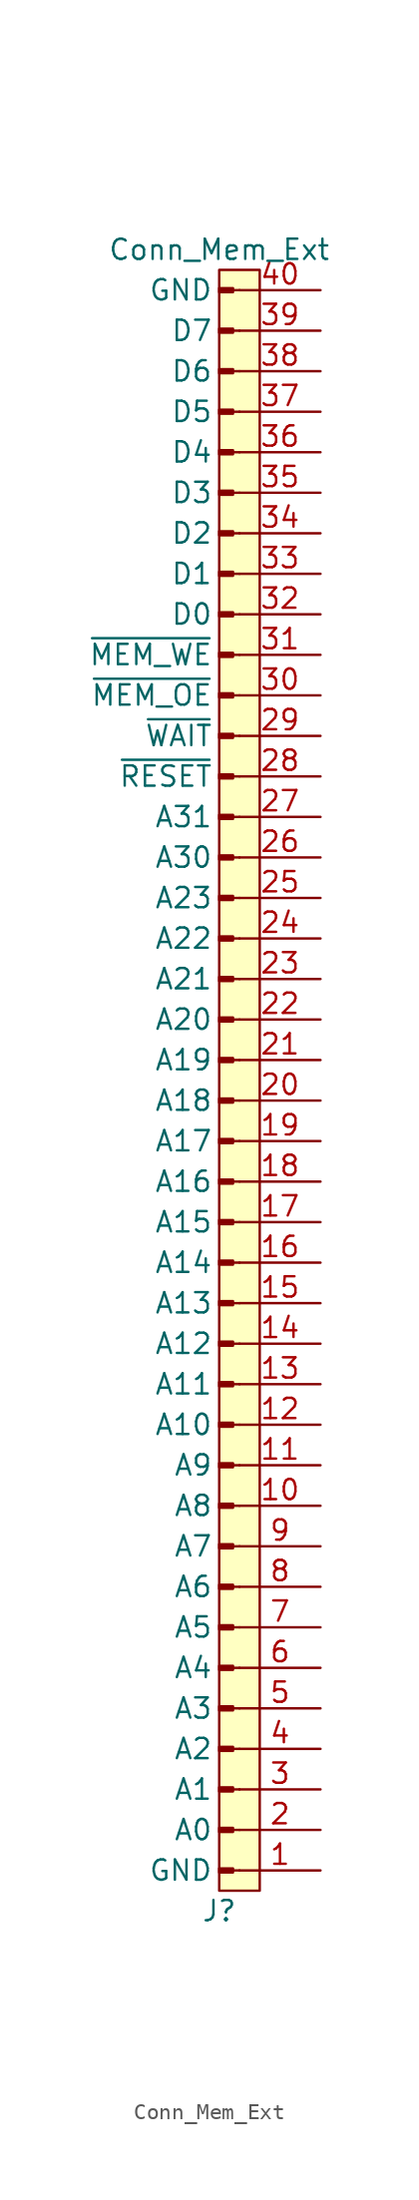
<source format=kicad_sym>
(kicad_symbol_lib
  (version 20211014)
  (generator kicad_symbol_editor)
  (symbol "Conn_Mem_Ext"
    (pin_names
      (offset 1.651))
    (property "Reference" "J"
      (at 0 -53.34 0)
      (effects (font (size 1.27 1.27))))
    (property "Value" "Conn_Mem_Ext"
      (at 0 50.8 0)
      (effects (font (size 1.27 1.27))))
    (symbol "Conn_Mem_Ext_0_1"
      (rectangle (start 0 -52.07) (end 2.54 49.53) (stroke (width 0) (type default) (color 0 0 0 0)) (fill (type background))))
    (symbol "Conn_Mem_Ext_1_1"
      (polyline (pts (xy 1.27 -50.8) (xy 0.864 -50.8)) (stroke (width 0.152) (type default) (color 0 0 0 0)) (fill (type none)))
      (polyline (pts (xy 1.27 -48.26) (xy 0.864 -48.26)) (stroke (width 0.152) (type default) (color 0 0 0 0)) (fill (type none)))
      (polyline (pts (xy 1.27 -45.72) (xy 0.864 -45.72)) (stroke (width 0.152) (type default) (color 0 0 0 0)) (fill (type none)))
      (polyline (pts (xy 1.27 -43.18) (xy 0.864 -43.18)) (stroke (width 0.152) (type default) (color 0 0 0 0)) (fill (type none)))
      (polyline (pts (xy 1.27 -40.64) (xy 0.864 -40.64)) (stroke (width 0.152) (type default) (color 0 0 0 0)) (fill (type none)))
      (polyline (pts (xy 1.27 -38.1) (xy 0.864 -38.1)) (stroke (width 0.152) (type default) (color 0 0 0 0)) (fill (type none)))
      (polyline (pts (xy 1.27 -35.56) (xy 0.864 -35.56)) (stroke (width 0.152) (type default) (color 0 0 0 0)) (fill (type none)))
      (polyline (pts (xy 1.27 -33.02) (xy 0.864 -33.02)) (stroke (width 0.152) (type default) (color 0 0 0 0)) (fill (type none)))
      (polyline (pts (xy 1.27 -30.48) (xy 0.864 -30.48)) (stroke (width 0.152) (type default) (color 0 0 0 0)) (fill (type none)))
      (polyline (pts (xy 1.27 -27.94) (xy 0.864 -27.94)) (stroke (width 0.152) (type default) (color 0 0 0 0)) (fill (type none)))
      (polyline (pts (xy 1.27 -25.4) (xy 0.864 -25.4)) (stroke (width 0.152) (type default) (color 0 0 0 0)) (fill (type none)))
      (polyline (pts (xy 1.27 -22.86) (xy 0.864 -22.86)) (stroke (width 0.152) (type default) (color 0 0 0 0)) (fill (type none)))
      (polyline (pts (xy 1.27 -20.32) (xy 0.864 -20.32)) (stroke (width 0.152) (type default) (color 0 0 0 0)) (fill (type none)))
      (polyline (pts (xy 1.27 -17.78) (xy 0.864 -17.78)) (stroke (width 0.152) (type default) (color 0 0 0 0)) (fill (type none)))
      (polyline (pts (xy 1.27 -15.24) (xy 0.864 -15.24)) (stroke (width 0.152) (type default) (color 0 0 0 0)) (fill (type none)))
      (polyline (pts (xy 1.27 -12.7) (xy 0.864 -12.7)) (stroke (width 0.152) (type default) (color 0 0 0 0)) (fill (type none)))
      (polyline (pts (xy 1.27 -10.16) (xy 0.864 -10.16)) (stroke (width 0.152) (type default) (color 0 0 0 0)) (fill (type none)))
      (polyline (pts (xy 1.27 -7.62) (xy 0.864 -7.62)) (stroke (width 0.152) (type default) (color 0 0 0 0)) (fill (type none)))
      (polyline (pts (xy 1.27 -5.08) (xy 0.864 -5.08)) (stroke (width 0.152) (type default) (color 0 0 0 0)) (fill (type none)))
      (polyline (pts (xy 1.27 -2.54) (xy 0.864 -2.54)) (stroke (width 0.152) (type default) (color 0 0 0 0)) (fill (type none)))
      (polyline (pts (xy 1.27 0) (xy 0.864 0)) (stroke (width 0.152) (type default) (color 0 0 0 0)) (fill (type none)))
      (polyline (pts (xy 1.27 2.54) (xy 0.864 2.54)) (stroke (width 0.152) (type default) (color 0 0 0 0)) (fill (type none)))
      (polyline (pts (xy 1.27 5.08) (xy 0.864 5.08)) (stroke (width 0.152) (type default) (color 0 0 0 0)) (fill (type none)))
      (polyline (pts (xy 1.27 7.62) (xy 0.864 7.62)) (stroke (width 0.152) (type default) (color 0 0 0 0)) (fill (type none)))
      (polyline (pts (xy 1.27 10.16) (xy 0.864 10.16)) (stroke (width 0.152) (type default) (color 0 0 0 0)) (fill (type none)))
      (polyline (pts (xy 1.27 12.7) (xy 0.864 12.7)) (stroke (width 0.152) (type default) (color 0 0 0 0)) (fill (type none)))
      (polyline (pts (xy 1.27 15.24) (xy 0.864 15.24)) (stroke (width 0.152) (type default) (color 0 0 0 0)) (fill (type none)))
      (polyline (pts (xy 1.27 17.78) (xy 0.864 17.78)) (stroke (width 0.152) (type default) (color 0 0 0 0)) (fill (type none)))
      (polyline (pts (xy 1.27 20.32) (xy 0.864 20.32)) (stroke (width 0.152) (type default) (color 0 0 0 0)) (fill (type none)))
      (polyline (pts (xy 1.27 22.86) (xy 0.864 22.86)) (stroke (width 0.152) (type default) (color 0 0 0 0)) (fill (type none)))
      (polyline (pts (xy 1.27 25.4) (xy 0.864 25.4)) (stroke (width 0.152) (type default) (color 0 0 0 0)) (fill (type none)))
      (polyline (pts (xy 1.27 27.94) (xy 0.864 27.94)) (stroke (width 0.152) (type default) (color 0 0 0 0)) (fill (type none)))
      (polyline (pts (xy 1.27 30.48) (xy 0.864 30.48)) (stroke (width 0.152) (type default) (color 0 0 0 0)) (fill (type none)))
      (polyline (pts (xy 1.27 33.02) (xy 0.864 33.02)) (stroke (width 0.152) (type default) (color 0 0 0 0)) (fill (type none)))
      (polyline (pts (xy 1.27 35.56) (xy 0.864 35.56)) (stroke (width 0.152) (type default) (color 0 0 0 0)) (fill (type none)))
      (polyline (pts (xy 1.27 38.1) (xy 0.864 38.1)) (stroke (width 0.152) (type default) (color 0 0 0 0)) (fill (type none)))
      (polyline (pts (xy 1.27 40.64) (xy 0.864 40.64)) (stroke (width 0.152) (type default) (color 0 0 0 0)) (fill (type none)))
      (polyline (pts (xy 1.27 43.18) (xy 0.864 43.18)) (stroke (width 0.152) (type default) (color 0 0 0 0)) (fill (type none)))
      (polyline (pts (xy 1.27 45.72) (xy 0.864 45.72)) (stroke (width 0.152) (type default) (color 0 0 0 0)) (fill (type none)))
      (polyline (pts (xy 1.27 48.26) (xy 0.864 48.26)) (stroke (width 0.152) (type default) (color 0 0 0 0)) (fill (type none)))
      (rectangle (start 0.864 -50.927) (end 0 -50.673) (stroke (width 0.152) (type default) (color 0 0 0 0)) (fill (type outline)))
      (rectangle (start 0.864 -48.387) (end 0 -48.133) (stroke (width 0.152) (type default) (color 0 0 0 0)) (fill (type outline)))
      (rectangle (start 0.864 -45.847) (end 0 -45.593) (stroke (width 0.152) (type default) (color 0 0 0 0)) (fill (type outline)))
      (rectangle (start 0.864 -43.307) (end 0 -43.053) (stroke (width 0.152) (type default) (color 0 0 0 0)) (fill (type outline)))
      (rectangle (start 0.864 -40.767) (end 0 -40.513) (stroke (width 0.152) (type default) (color 0 0 0 0)) (fill (type outline)))
      (rectangle (start 0.864 -38.227) (end 0 -37.973) (stroke (width 0.152) (type default) (color 0 0 0 0)) (fill (type outline)))
      (rectangle (start 0.864 -35.687) (end 0 -35.433) (stroke (width 0.152) (type default) (color 0 0 0 0)) (fill (type outline)))
      (rectangle (start 0.864 -33.147) (end 0 -32.893) (stroke (width 0.152) (type default) (color 0 0 0 0)) (fill (type outline)))
      (rectangle (start 0.864 -30.607) (end 0 -30.353) (stroke (width 0.152) (type default) (color 0 0 0 0)) (fill (type outline)))
      (rectangle (start 0.864 -28.067) (end 0 -27.813) (stroke (width 0.152) (type default) (color 0 0 0 0)) (fill (type outline)))
      (rectangle (start 0.864 -25.527) (end 0 -25.273) (stroke (width 0.152) (type default) (color 0 0 0 0)) (fill (type outline)))
      (rectangle (start 0.864 -22.987) (end 0 -22.733) (stroke (width 0.152) (type default) (color 0 0 0 0)) (fill (type outline)))
      (rectangle (start 0.864 -20.447) (end 0 -20.193) (stroke (width 0.152) (type default) (color 0 0 0 0)) (fill (type outline)))
      (rectangle (start 0.864 -17.907) (end 0 -17.653) (stroke (width 0.152) (type default) (color 0 0 0 0)) (fill (type outline)))
      (rectangle (start 0.864 -15.367) (end 0 -15.113) (stroke (width 0.152) (type default) (color 0 0 0 0)) (fill (type outline)))
      (rectangle (start 0.864 -12.827) (end 0 -12.573) (stroke (width 0.152) (type default) (color 0 0 0 0)) (fill (type outline)))
      (rectangle (start 0.864 -10.287) (end 0 -10.033) (stroke (width 0.152) (type default) (color 0 0 0 0)) (fill (type outline)))
      (rectangle (start 0.864 -7.747) (end 0 -7.493) (stroke (width 0.152) (type default) (color 0 0 0 0)) (fill (type outline)))
      (rectangle (start 0.864 -5.207) (end 0 -4.953) (stroke (width 0.152) (type default) (color 0 0 0 0)) (fill (type outline)))
      (rectangle (start 0.864 -2.667) (end 0 -2.413) (stroke (width 0.152) (type default) (color 0 0 0 0)) (fill (type outline)))
      (rectangle (start 0.864 -0.127) (end 0 0.127) (stroke (width 0.152) (type default) (color 0 0 0 0)) (fill (type outline)))
      (rectangle (start 0.864 2.413) (end 0 2.667) (stroke (width 0.152) (type default) (color 0 0 0 0)) (fill (type outline)))
      (rectangle (start 0.864 4.953) (end 0 5.207) (stroke (width 0.152) (type default) (color 0 0 0 0)) (fill (type outline)))
      (rectangle (start 0.864 7.493) (end 0 7.747) (stroke (width 0.152) (type default) (color 0 0 0 0)) (fill (type outline)))
      (rectangle (start 0.864 10.033) (end 0 10.287) (stroke (width 0.152) (type default) (color 0 0 0 0)) (fill (type outline)))
      (rectangle (start 0.864 12.573) (end 0 12.827) (stroke (width 0.152) (type default) (color 0 0 0 0)) (fill (type outline)))
      (rectangle (start 0.864 15.113) (end 0 15.367) (stroke (width 0.152) (type default) (color 0 0 0 0)) (fill (type outline)))
      (rectangle (start 0.864 17.653) (end 0 17.907) (stroke (width 0.152) (type default) (color 0 0 0 0)) (fill (type outline)))
      (rectangle (start 0.864 20.193) (end 0 20.447) (stroke (width 0.152) (type default) (color 0 0 0 0)) (fill (type outline)))
      (rectangle (start 0.864 22.733) (end 0 22.987) (stroke (width 0.152) (type default) (color 0 0 0 0)) (fill (type outline)))
      (rectangle (start 0.864 25.273) (end 0 25.527) (stroke (width 0.152) (type default) (color 0 0 0 0)) (fill (type outline)))
      (rectangle (start 0.864 27.813) (end 0 28.067) (stroke (width 0.152) (type default) (color 0 0 0 0)) (fill (type outline)))
      (rectangle (start 0.864 30.353) (end 0 30.607) (stroke (width 0.152) (type default) (color 0 0 0 0)) (fill (type outline)))
      (rectangle (start 0.864 32.893) (end 0 33.147) (stroke (width 0.152) (type default) (color 0 0 0 0)) (fill (type outline)))
      (rectangle (start 0.864 35.433) (end 0 35.687) (stroke (width 0.152) (type default) (color 0 0 0 0)) (fill (type outline)))
      (rectangle (start 0.864 37.973) (end 0 38.227) (stroke (width 0.152) (type default) (color 0 0 0 0)) (fill (type outline)))
      (rectangle (start 0.864 40.513) (end 0 40.767) (stroke (width 0.152) (type default) (color 0 0 0 0)) (fill (type outline)))
      (rectangle (start 0.864 43.053) (end 0 43.307) (stroke (width 0.152) (type default) (color 0 0 0 0)) (fill (type outline)))
      (rectangle (start 0.864 45.593) (end 0 45.847) (stroke (width 0.152) (type default) (color 0 0 0 0)) (fill (type outline)))
      (rectangle (start 0.864 48.133) (end 0 48.387) (stroke (width 0.152) (type default) (color 0 0 0 0)) (fill (type outline)))
      (pin passive line (at 6.35 -50.8 180) (length 5.08) (name "GND" (effects (font (size 1.27 1.27)))) (number "1" (effects (font (size 1.27 1.27)))))
      (pin passive line (at 6.35 -27.94 180) (length 5.08) (name "A8" (effects (font (size 1.27 1.27)))) (number "10" (effects (font (size 1.27 1.27)))))
      (pin passive line (at 6.35 -25.4 180) (length 5.08) (name "A9" (effects (font (size 1.27 1.27)))) (number "11" (effects (font (size 1.27 1.27)))))
      (pin passive line (at 6.35 -22.86 180) (length 5.08) (name "A10" (effects (font (size 1.27 1.27)))) (number "12" (effects (font (size 1.27 1.27)))))
      (pin passive line (at 6.35 -20.32 180) (length 5.08) (name "A11" (effects (font (size 1.27 1.27)))) (number "13" (effects (font (size 1.27 1.27)))))
      (pin passive line (at 6.35 -17.78 180) (length 5.08) (name "A12" (effects (font (size 1.27 1.27)))) (number "14" (effects (font (size 1.27 1.27)))))
      (pin passive line (at 6.35 -15.24 180) (length 5.08) (name "A13" (effects (font (size 1.27 1.27)))) (number "15" (effects (font (size 1.27 1.27)))))
      (pin passive line (at 6.35 -12.7 180) (length 5.08) (name "A14" (effects (font (size 1.27 1.27)))) (number "16" (effects (font (size 1.27 1.27)))))
      (pin passive line (at 6.35 -10.16 180) (length 5.08) (name "A15" (effects (font (size 1.27 1.27)))) (number "17" (effects (font (size 1.27 1.27)))))
      (pin passive line (at 6.35 -7.62 180) (length 5.08) (name "A16" (effects (font (size 1.27 1.27)))) (number "18" (effects (font (size 1.27 1.27)))))
      (pin passive line (at 6.35 -5.08 180) (length 5.08) (name "A17" (effects (font (size 1.27 1.27)))) (number "19" (effects (font (size 1.27 1.27)))))
      (pin passive line (at 6.35 -48.26 180) (length 5.08) (name "A0" (effects (font (size 1.27 1.27)))) (number "2" (effects (font (size 1.27 1.27)))))
      (pin passive line (at 6.35 -2.54 180) (length 5.08) (name "A18" (effects (font (size 1.27 1.27)))) (number "20" (effects (font (size 1.27 1.27)))))
      (pin passive line (at 6.35 0 180) (length 5.08) (name "A19" (effects (font (size 1.27 1.27)))) (number "21" (effects (font (size 1.27 1.27)))))
      (pin passive line (at 6.35 2.54 180) (length 5.08) (name "A20" (effects (font (size 1.27 1.27)))) (number "22" (effects (font (size 1.27 1.27)))))
      (pin passive line (at 6.35 5.08 180) (length 5.08) (name "A21" (effects (font (size 1.27 1.27)))) (number "23" (effects (font (size 1.27 1.27)))))
      (pin passive line (at 6.35 7.62 180) (length 5.08) (name "A22" (effects (font (size 1.27 1.27)))) (number "24" (effects (font (size 1.27 1.27)))))
      (pin passive line (at 6.35 10.16 180) (length 5.08) (name "A23" (effects (font (size 1.27 1.27)))) (number "25" (effects (font (size 1.27 1.27)))))
      (pin passive line (at 6.35 12.7 180) (length 5.08) (name "A30" (effects (font (size 1.27 1.27)))) (number "26" (effects (font (size 1.27 1.27)))))
      (pin passive line (at 6.35 15.24 180) (length 5.08) (name "A31" (effects (font (size 1.27 1.27)))) (number "27" (effects (font (size 1.27 1.27)))))
      (pin passive line (at 6.35 17.78 180) (length 5.08) (name "~{RESET}" (effects (font (size 1.27 1.27)))) (number "28" (effects (font (size 1.27 1.27)))))
      (pin passive line (at 6.35 20.32 180) (length 5.08) (name "~{WAIT}" (effects (font (size 1.27 1.27)))) (number "29" (effects (font (size 1.27 1.27)))))
      (pin passive line (at 6.35 -45.72 180) (length 5.08) (name "A1" (effects (font (size 1.27 1.27)))) (number "3" (effects (font (size 1.27 1.27)))))
      (pin passive line (at 6.35 22.86 180) (length 5.08) (name "~{MEM_OE}" (effects (font (size 1.27 1.27)))) (number "30" (effects (font (size 1.27 1.27)))))
      (pin passive line (at 6.35 25.4 180) (length 5.08) (name "~{MEM_WE}" (effects (font (size 1.27 1.27)))) (number "31" (effects (font (size 1.27 1.27)))))
      (pin passive line (at 6.35 27.94 180) (length 5.08) (name "D0" (effects (font (size 1.27 1.27)))) (number "32" (effects (font (size 1.27 1.27)))))
      (pin passive line (at 6.35 30.48 180) (length 5.08) (name "D1" (effects (font (size 1.27 1.27)))) (number "33" (effects (font (size 1.27 1.27)))))
      (pin passive line (at 6.35 33.02 180) (length 5.08) (name "D2" (effects (font (size 1.27 1.27)))) (number "34" (effects (font (size 1.27 1.27)))))
      (pin passive line (at 6.35 35.56 180) (length 5.08) (name "D3" (effects (font (size 1.27 1.27)))) (number "35" (effects (font (size 1.27 1.27)))))
      (pin passive line (at 6.35 38.1 180) (length 5.08) (name "D4" (effects (font (size 1.27 1.27)))) (number "36" (effects (font (size 1.27 1.27)))))
      (pin passive line (at 6.35 40.64 180) (length 5.08) (name "D5" (effects (font (size 1.27 1.27)))) (number "37" (effects (font (size 1.27 1.27)))))
      (pin passive line (at 6.35 43.18 180) (length 5.08) (name "D6" (effects (font (size 1.27 1.27)))) (number "38" (effects (font (size 1.27 1.27)))))
      (pin passive line (at 6.35 45.72 180) (length 5.08) (name "D7" (effects (font (size 1.27 1.27)))) (number "39" (effects (font (size 1.27 1.27)))))
      (pin passive line (at 6.35 -43.18 180) (length 5.08) (name "A2" (effects (font (size 1.27 1.27)))) (number "4" (effects (font (size 1.27 1.27)))))
      (pin passive line (at 6.35 48.26 180) (length 5.08) (name "GND" (effects (font (size 1.27 1.27)))) (number "40" (effects (font (size 1.27 1.27)))))
      (pin passive line (at 6.35 -40.64 180) (length 5.08) (name "A3" (effects (font (size 1.27 1.27)))) (number "5" (effects (font (size 1.27 1.27)))))
      (pin passive line (at 6.35 -38.1 180) (length 5.08) (name "A4" (effects (font (size 1.27 1.27)))) (number "6" (effects (font (size 1.27 1.27)))))
      (pin passive line (at 6.35 -35.56 180) (length 5.08) (name "A5" (effects (font (size 1.27 1.27)))) (number "7" (effects (font (size 1.27 1.27)))))
      (pin passive line (at 6.35 -33.02 180) (length 5.08) (name "A6" (effects (font (size 1.27 1.27)))) (number "8" (effects (font (size 1.27 1.27)))))
      (pin passive line (at 6.35 -30.48 180) (length 5.08) (name "A7" (effects (font (size 1.27 1.27)))) (number "9" (effects (font (size 1.27 1.27))))))))
</source>
